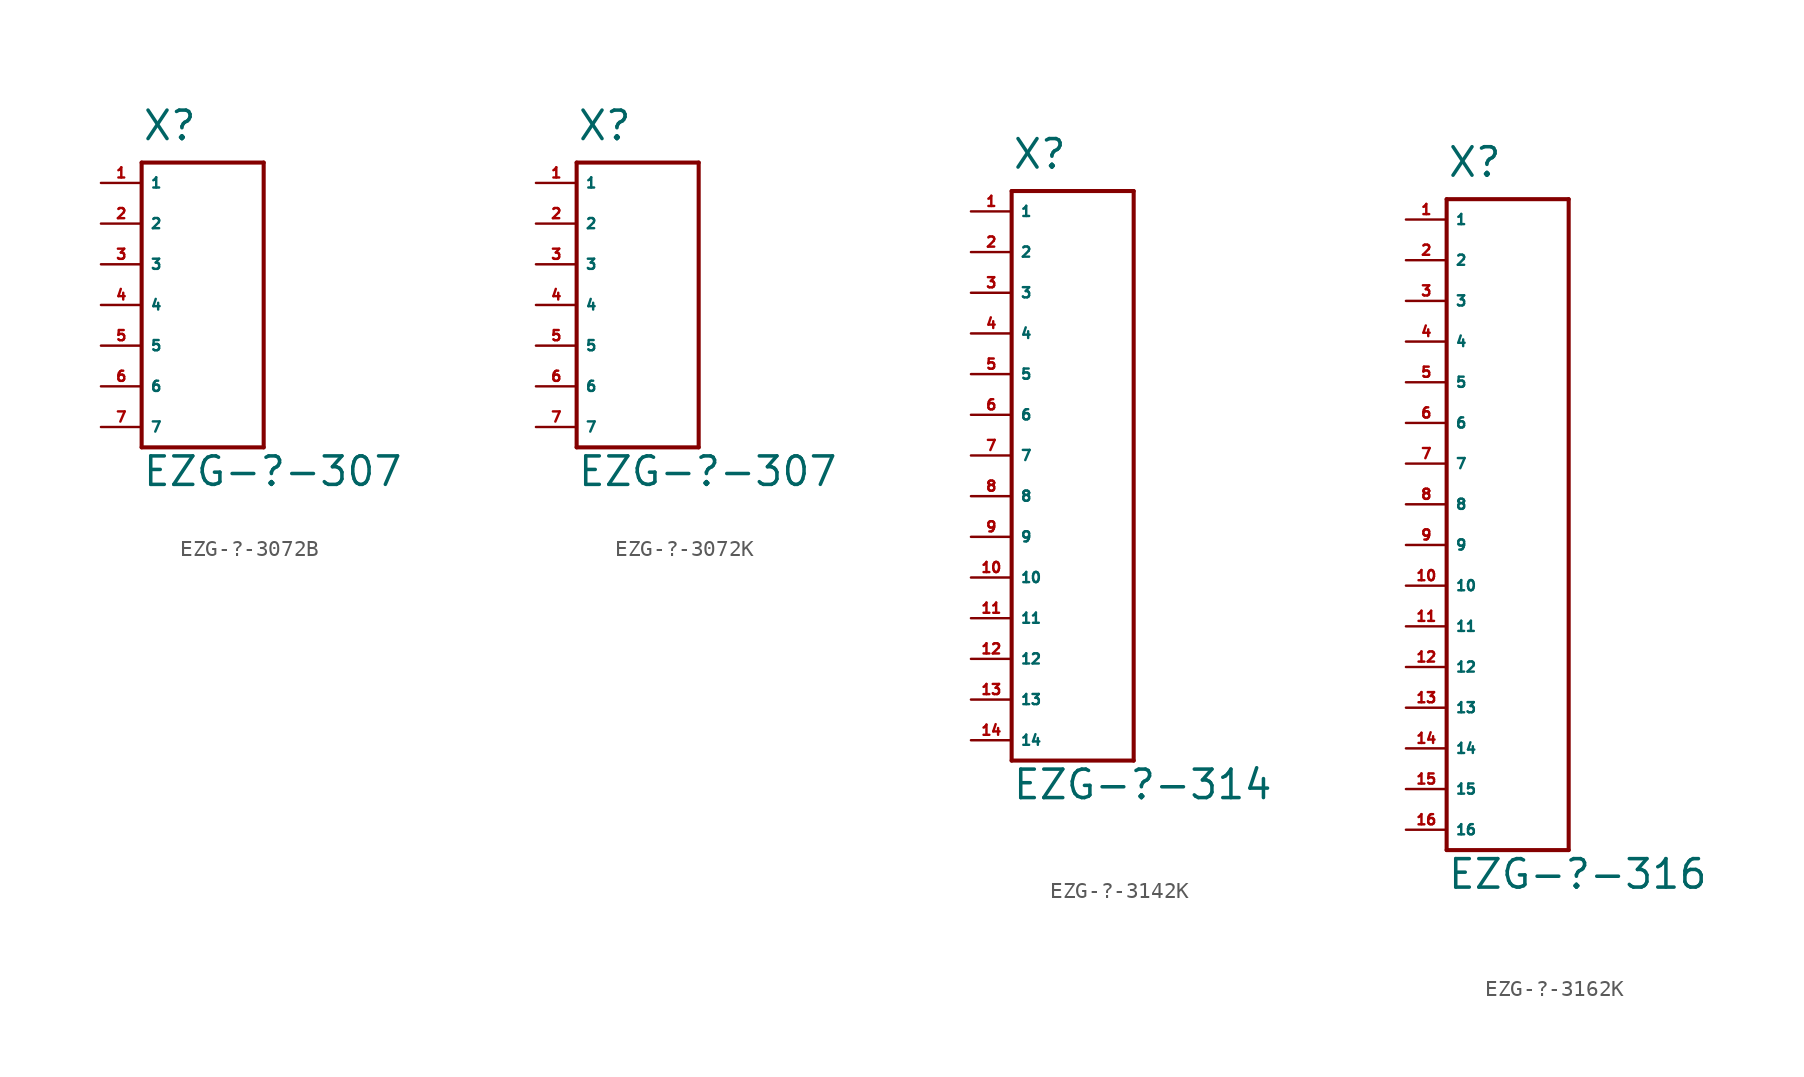
<source format=kicad_sym>
(kicad_symbol_lib
  (version 20220914)
  (generator Eagle2Kicad)
  (symbol "EZG-?-3072B"
    (property "Reference" "X"
      (at -2.54 2.54 0)
      (effects (font (size 1.778 1.778) (thickness 0.22)) (justify left bottom)))
    (property "Value" "EZG-?-307"
      (at -2.54 -19.05 0)
      (effects (font (size 1.778 1.778) (thickness 0.22)) (justify left bottom)))
    (polyline
      (pts (xy -2.54 1.27) (xy -2.54 -16.51))
      (stroke (width 0.254) (type default))
      (fill (type none)))
    (polyline
      (pts (xy -2.54 -16.51) (xy 5.08 -16.51))
      (stroke (width 0.254) (type default))
      (fill (type none)))
    (polyline
      (pts (xy 5.08 -16.51) (xy 5.08 1.27))
      (stroke (width 0.254) (type default))
      (fill (type none)))
    (polyline
      (pts (xy 5.08 1.27) (xy -2.54 1.27))
      (stroke (width 0.254) (type default))
      (fill (type none)))
    (pin passive line
      (at -5.08 0 0)
      (length 2.54)
      (name "1" (effects (font (size 0.635 0.635) (thickness 0.08)) (justify left bottom)))
      (number "1" (effects (font (size 0.635 0.635) (thickness 0.08)) (justify left bottom))))
    (pin passive line
      (at -5.08 -2.54 0)
      (length 2.54)
      (name "2" (effects (font (size 0.635 0.635) (thickness 0.08)) (justify left bottom)))
      (number "2" (effects (font (size 0.635 0.635) (thickness 0.08)) (justify left bottom))))
    (pin passive line
      (at -5.08 -5.08 0)
      (length 2.54)
      (name "3" (effects (font (size 0.635 0.635) (thickness 0.08)) (justify left bottom)))
      (number "3" (effects (font (size 0.635 0.635) (thickness 0.08)) (justify left bottom))))
    (pin passive line
      (at -5.08 -7.62 0)
      (length 2.54)
      (name "4" (effects (font (size 0.635 0.635) (thickness 0.08)) (justify left bottom)))
      (number "4" (effects (font (size 0.635 0.635) (thickness 0.08)) (justify left bottom))))
    (pin passive line
      (at -5.08 -10.16 0)
      (length 2.54)
      (name "5" (effects (font (size 0.635 0.635) (thickness 0.08)) (justify left bottom)))
      (number "5" (effects (font (size 0.635 0.635) (thickness 0.08)) (justify left bottom))))
    (pin passive line
      (at -5.08 -12.7 0)
      (length 2.54)
      (name "6" (effects (font (size 0.635 0.635) (thickness 0.08)) (justify left bottom)))
      (number "6" (effects (font (size 0.635 0.635) (thickness 0.08)) (justify left bottom))))
    (pin passive line
      (at -5.08 -15.24 0)
      (length 2.54)
      (name "7" (effects (font (size 0.635 0.635) (thickness 0.08)) (justify left bottom)))
      (number "7" (effects (font (size 0.635 0.635) (thickness 0.08)) (justify left bottom)))))
  (symbol "EZG-?-3072K"
    (property "Reference" "X"
      (at -2.54 2.54 0)
      (effects (font (size 1.778 1.778) (thickness 0.22)) (justify left bottom)))
    (property "Value" "EZG-?-307"
      (at -2.54 -19.05 0)
      (effects (font (size 1.778 1.778) (thickness 0.22)) (justify left bottom)))
    (polyline
      (pts (xy -2.54 1.27) (xy -2.54 -16.51))
      (stroke (width 0.254) (type default))
      (fill (type none)))
    (polyline
      (pts (xy -2.54 -16.51) (xy 5.08 -16.51))
      (stroke (width 0.254) (type default))
      (fill (type none)))
    (polyline
      (pts (xy 5.08 -16.51) (xy 5.08 1.27))
      (stroke (width 0.254) (type default))
      (fill (type none)))
    (polyline
      (pts (xy 5.08 1.27) (xy -2.54 1.27))
      (stroke (width 0.254) (type default))
      (fill (type none)))
    (pin passive line
      (at -5.08 0 0)
      (length 2.54)
      (name "1" (effects (font (size 0.635 0.635) (thickness 0.08)) (justify left bottom)))
      (number "1" (effects (font (size 0.635 0.635) (thickness 0.08)) (justify left bottom))))
    (pin passive line
      (at -5.08 -2.54 0)
      (length 2.54)
      (name "2" (effects (font (size 0.635 0.635) (thickness 0.08)) (justify left bottom)))
      (number "2" (effects (font (size 0.635 0.635) (thickness 0.08)) (justify left bottom))))
    (pin passive line
      (at -5.08 -5.08 0)
      (length 2.54)
      (name "3" (effects (font (size 0.635 0.635) (thickness 0.08)) (justify left bottom)))
      (number "3" (effects (font (size 0.635 0.635) (thickness 0.08)) (justify left bottom))))
    (pin passive line
      (at -5.08 -7.62 0)
      (length 2.54)
      (name "4" (effects (font (size 0.635 0.635) (thickness 0.08)) (justify left bottom)))
      (number "4" (effects (font (size 0.635 0.635) (thickness 0.08)) (justify left bottom))))
    (pin passive line
      (at -5.08 -10.16 0)
      (length 2.54)
      (name "5" (effects (font (size 0.635 0.635) (thickness 0.08)) (justify left bottom)))
      (number "5" (effects (font (size 0.635 0.635) (thickness 0.08)) (justify left bottom))))
    (pin passive line
      (at -5.08 -12.7 0)
      (length 2.54)
      (name "6" (effects (font (size 0.635 0.635) (thickness 0.08)) (justify left bottom)))
      (number "6" (effects (font (size 0.635 0.635) (thickness 0.08)) (justify left bottom))))
    (pin passive line
      (at -5.08 -15.24 0)
      (length 2.54)
      (name "7" (effects (font (size 0.635 0.635) (thickness 0.08)) (justify left bottom)))
      (number "7" (effects (font (size 0.635 0.635) (thickness 0.08)) (justify left bottom)))))
  (symbol "EZG-?-3142K"
    (property "Reference" "X"
      (at -2.54 2.54 0)
      (effects (font (size 1.778 1.778) (thickness 0.22)) (justify left bottom)))
    (property "Value" "EZG-?-314"
      (at -2.54 -36.83 0)
      (effects (font (size 1.778 1.778) (thickness 0.22)) (justify left bottom)))
    (polyline
      (pts (xy -2.54 1.27) (xy -2.54 -34.29))
      (stroke (width 0.254) (type default))
      (fill (type none)))
    (polyline
      (pts (xy -2.54 -34.29) (xy 5.08 -34.29))
      (stroke (width 0.254) (type default))
      (fill (type none)))
    (polyline
      (pts (xy 5.08 -34.29) (xy 5.08 1.27))
      (stroke (width 0.254) (type default))
      (fill (type none)))
    (polyline
      (pts (xy 5.08 1.27) (xy -2.54 1.27))
      (stroke (width 0.254) (type default))
      (fill (type none)))
    (pin passive line
      (at -5.08 0 0)
      (length 2.54)
      (name "1" (effects (font (size 0.635 0.635) (thickness 0.08)) (justify left bottom)))
      (number "1" (effects (font (size 0.635 0.635) (thickness 0.08)) (justify left bottom))))
    (pin passive line
      (at -5.08 -2.54 0)
      (length 2.54)
      (name "2" (effects (font (size 0.635 0.635) (thickness 0.08)) (justify left bottom)))
      (number "2" (effects (font (size 0.635 0.635) (thickness 0.08)) (justify left bottom))))
    (pin passive line
      (at -5.08 -5.08 0)
      (length 2.54)
      (name "3" (effects (font (size 0.635 0.635) (thickness 0.08)) (justify left bottom)))
      (number "3" (effects (font (size 0.635 0.635) (thickness 0.08)) (justify left bottom))))
    (pin passive line
      (at -5.08 -7.62 0)
      (length 2.54)
      (name "4" (effects (font (size 0.635 0.635) (thickness 0.08)) (justify left bottom)))
      (number "4" (effects (font (size 0.635 0.635) (thickness 0.08)) (justify left bottom))))
    (pin passive line
      (at -5.08 -10.16 0)
      (length 2.54)
      (name "5" (effects (font (size 0.635 0.635) (thickness 0.08)) (justify left bottom)))
      (number "5" (effects (font (size 0.635 0.635) (thickness 0.08)) (justify left bottom))))
    (pin passive line
      (at -5.08 -12.7 0)
      (length 2.54)
      (name "6" (effects (font (size 0.635 0.635) (thickness 0.08)) (justify left bottom)))
      (number "6" (effects (font (size 0.635 0.635) (thickness 0.08)) (justify left bottom))))
    (pin passive line
      (at -5.08 -15.24 0)
      (length 2.54)
      (name "7" (effects (font (size 0.635 0.635) (thickness 0.08)) (justify left bottom)))
      (number "7" (effects (font (size 0.635 0.635) (thickness 0.08)) (justify left bottom))))
    (pin passive line
      (at -5.08 -17.78 0)
      (length 2.54)
      (name "8" (effects (font (size 0.635 0.635) (thickness 0.08)) (justify left bottom)))
      (number "8" (effects (font (size 0.635 0.635) (thickness 0.08)) (justify left bottom))))
    (pin passive line
      (at -5.08 -20.32 0)
      (length 2.54)
      (name "9" (effects (font (size 0.635 0.635) (thickness 0.08)) (justify left bottom)))
      (number "9" (effects (font (size 0.635 0.635) (thickness 0.08)) (justify left bottom))))
    (pin passive line
      (at -5.08 -22.86 0)
      (length 2.54)
      (name "10" (effects (font (size 0.635 0.635) (thickness 0.08)) (justify left bottom)))
      (number "10" (effects (font (size 0.635 0.635) (thickness 0.08)) (justify left bottom))))
    (pin passive line
      (at -5.08 -25.4 0)
      (length 2.54)
      (name "11" (effects (font (size 0.635 0.635) (thickness 0.08)) (justify left bottom)))
      (number "11" (effects (font (size 0.635 0.635) (thickness 0.08)) (justify left bottom))))
    (pin passive line
      (at -5.08 -27.94 0)
      (length 2.54)
      (name "12" (effects (font (size 0.635 0.635) (thickness 0.08)) (justify left bottom)))
      (number "12" (effects (font (size 0.635 0.635) (thickness 0.08)) (justify left bottom))))
    (pin passive line
      (at -5.08 -30.48 0)
      (length 2.54)
      (name "13" (effects (font (size 0.635 0.635) (thickness 0.08)) (justify left bottom)))
      (number "13" (effects (font (size 0.635 0.635) (thickness 0.08)) (justify left bottom))))
    (pin passive line
      (at -5.08 -33.02 0)
      (length 2.54)
      (name "14" (effects (font (size 0.635 0.635) (thickness 0.08)) (justify left bottom)))
      (number "14" (effects (font (size 0.635 0.635) (thickness 0.08)) (justify left bottom)))))
  (symbol "EZG-?-3162K"
    (property "Reference" "X"
      (at -2.54 2.54 0)
      (effects (font (size 1.778 1.778) (thickness 0.22)) (justify left bottom)))
    (property "Value" "EZG-?-316"
      (at -2.54 -41.91 0)
      (effects (font (size 1.778 1.778) (thickness 0.22)) (justify left bottom)))
    (polyline
      (pts (xy -2.54 1.27) (xy -2.54 -39.37))
      (stroke (width 0.254) (type default))
      (fill (type none)))
    (polyline
      (pts (xy -2.54 -39.37) (xy 5.08 -39.37))
      (stroke (width 0.254) (type default))
      (fill (type none)))
    (polyline
      (pts (xy 5.08 -39.37) (xy 5.08 1.27))
      (stroke (width 0.254) (type default))
      (fill (type none)))
    (polyline
      (pts (xy 5.08 1.27) (xy -2.54 1.27))
      (stroke (width 0.254) (type default))
      (fill (type none)))
    (pin passive line
      (at -5.08 0 0)
      (length 2.54)
      (name "1" (effects (font (size 0.635 0.635) (thickness 0.08)) (justify left bottom)))
      (number "1" (effects (font (size 0.635 0.635) (thickness 0.08)) (justify left bottom))))
    (pin passive line
      (at -5.08 -2.54 0)
      (length 2.54)
      (name "2" (effects (font (size 0.635 0.635) (thickness 0.08)) (justify left bottom)))
      (number "2" (effects (font (size 0.635 0.635) (thickness 0.08)) (justify left bottom))))
    (pin passive line
      (at -5.08 -5.08 0)
      (length 2.54)
      (name "3" (effects (font (size 0.635 0.635) (thickness 0.08)) (justify left bottom)))
      (number "3" (effects (font (size 0.635 0.635) (thickness 0.08)) (justify left bottom))))
    (pin passive line
      (at -5.08 -7.62 0)
      (length 2.54)
      (name "4" (effects (font (size 0.635 0.635) (thickness 0.08)) (justify left bottom)))
      (number "4" (effects (font (size 0.635 0.635) (thickness 0.08)) (justify left bottom))))
    (pin passive line
      (at -5.08 -10.16 0)
      (length 2.54)
      (name "5" (effects (font (size 0.635 0.635) (thickness 0.08)) (justify left bottom)))
      (number "5" (effects (font (size 0.635 0.635) (thickness 0.08)) (justify left bottom))))
    (pin passive line
      (at -5.08 -12.7 0)
      (length 2.54)
      (name "6" (effects (font (size 0.635 0.635) (thickness 0.08)) (justify left bottom)))
      (number "6" (effects (font (size 0.635 0.635) (thickness 0.08)) (justify left bottom))))
    (pin passive line
      (at -5.08 -15.24 0)
      (length 2.54)
      (name "7" (effects (font (size 0.635 0.635) (thickness 0.08)) (justify left bottom)))
      (number "7" (effects (font (size 0.635 0.635) (thickness 0.08)) (justify left bottom))))
    (pin passive line
      (at -5.08 -17.78 0)
      (length 2.54)
      (name "8" (effects (font (size 0.635 0.635) (thickness 0.08)) (justify left bottom)))
      (number "8" (effects (font (size 0.635 0.635) (thickness 0.08)) (justify left bottom))))
    (pin passive line
      (at -5.08 -20.32 0)
      (length 2.54)
      (name "9" (effects (font (size 0.635 0.635) (thickness 0.08)) (justify left bottom)))
      (number "9" (effects (font (size 0.635 0.635) (thickness 0.08)) (justify left bottom))))
    (pin passive line
      (at -5.08 -22.86 0)
      (length 2.54)
      (name "10" (effects (font (size 0.635 0.635) (thickness 0.08)) (justify left bottom)))
      (number "10" (effects (font (size 0.635 0.635) (thickness 0.08)) (justify left bottom))))
    (pin passive line
      (at -5.08 -25.4 0)
      (length 2.54)
      (name "11" (effects (font (size 0.635 0.635) (thickness 0.08)) (justify left bottom)))
      (number "11" (effects (font (size 0.635 0.635) (thickness 0.08)) (justify left bottom))))
    (pin passive line
      (at -5.08 -27.94 0)
      (length 2.54)
      (name "12" (effects (font (size 0.635 0.635) (thickness 0.08)) (justify left bottom)))
      (number "12" (effects (font (size 0.635 0.635) (thickness 0.08)) (justify left bottom))))
    (pin passive line
      (at -5.08 -30.48 0)
      (length 2.54)
      (name "13" (effects (font (size 0.635 0.635) (thickness 0.08)) (justify left bottom)))
      (number "13" (effects (font (size 0.635 0.635) (thickness 0.08)) (justify left bottom))))
    (pin passive line
      (at -5.08 -33.02 0)
      (length 2.54)
      (name "14" (effects (font (size 0.635 0.635) (thickness 0.08)) (justify left bottom)))
      (number "14" (effects (font (size 0.635 0.635) (thickness 0.08)) (justify left bottom))))
    (pin passive line
      (at -5.08 -35.56 0)
      (length 2.54)
      (name "15" (effects (font (size 0.635 0.635) (thickness 0.08)) (justify left bottom)))
      (number "15" (effects (font (size 0.635 0.635) (thickness 0.08)) (justify left bottom))))
    (pin passive line
      (at -5.08 -38.1 0)
      (length 2.54)
      (name "16" (effects (font (size 0.635 0.635) (thickness 0.08)) (justify left bottom)))
      (number "16" (effects (font (size 0.635 0.635) (thickness 0.08)) (justify left bottom))))))
</source>
